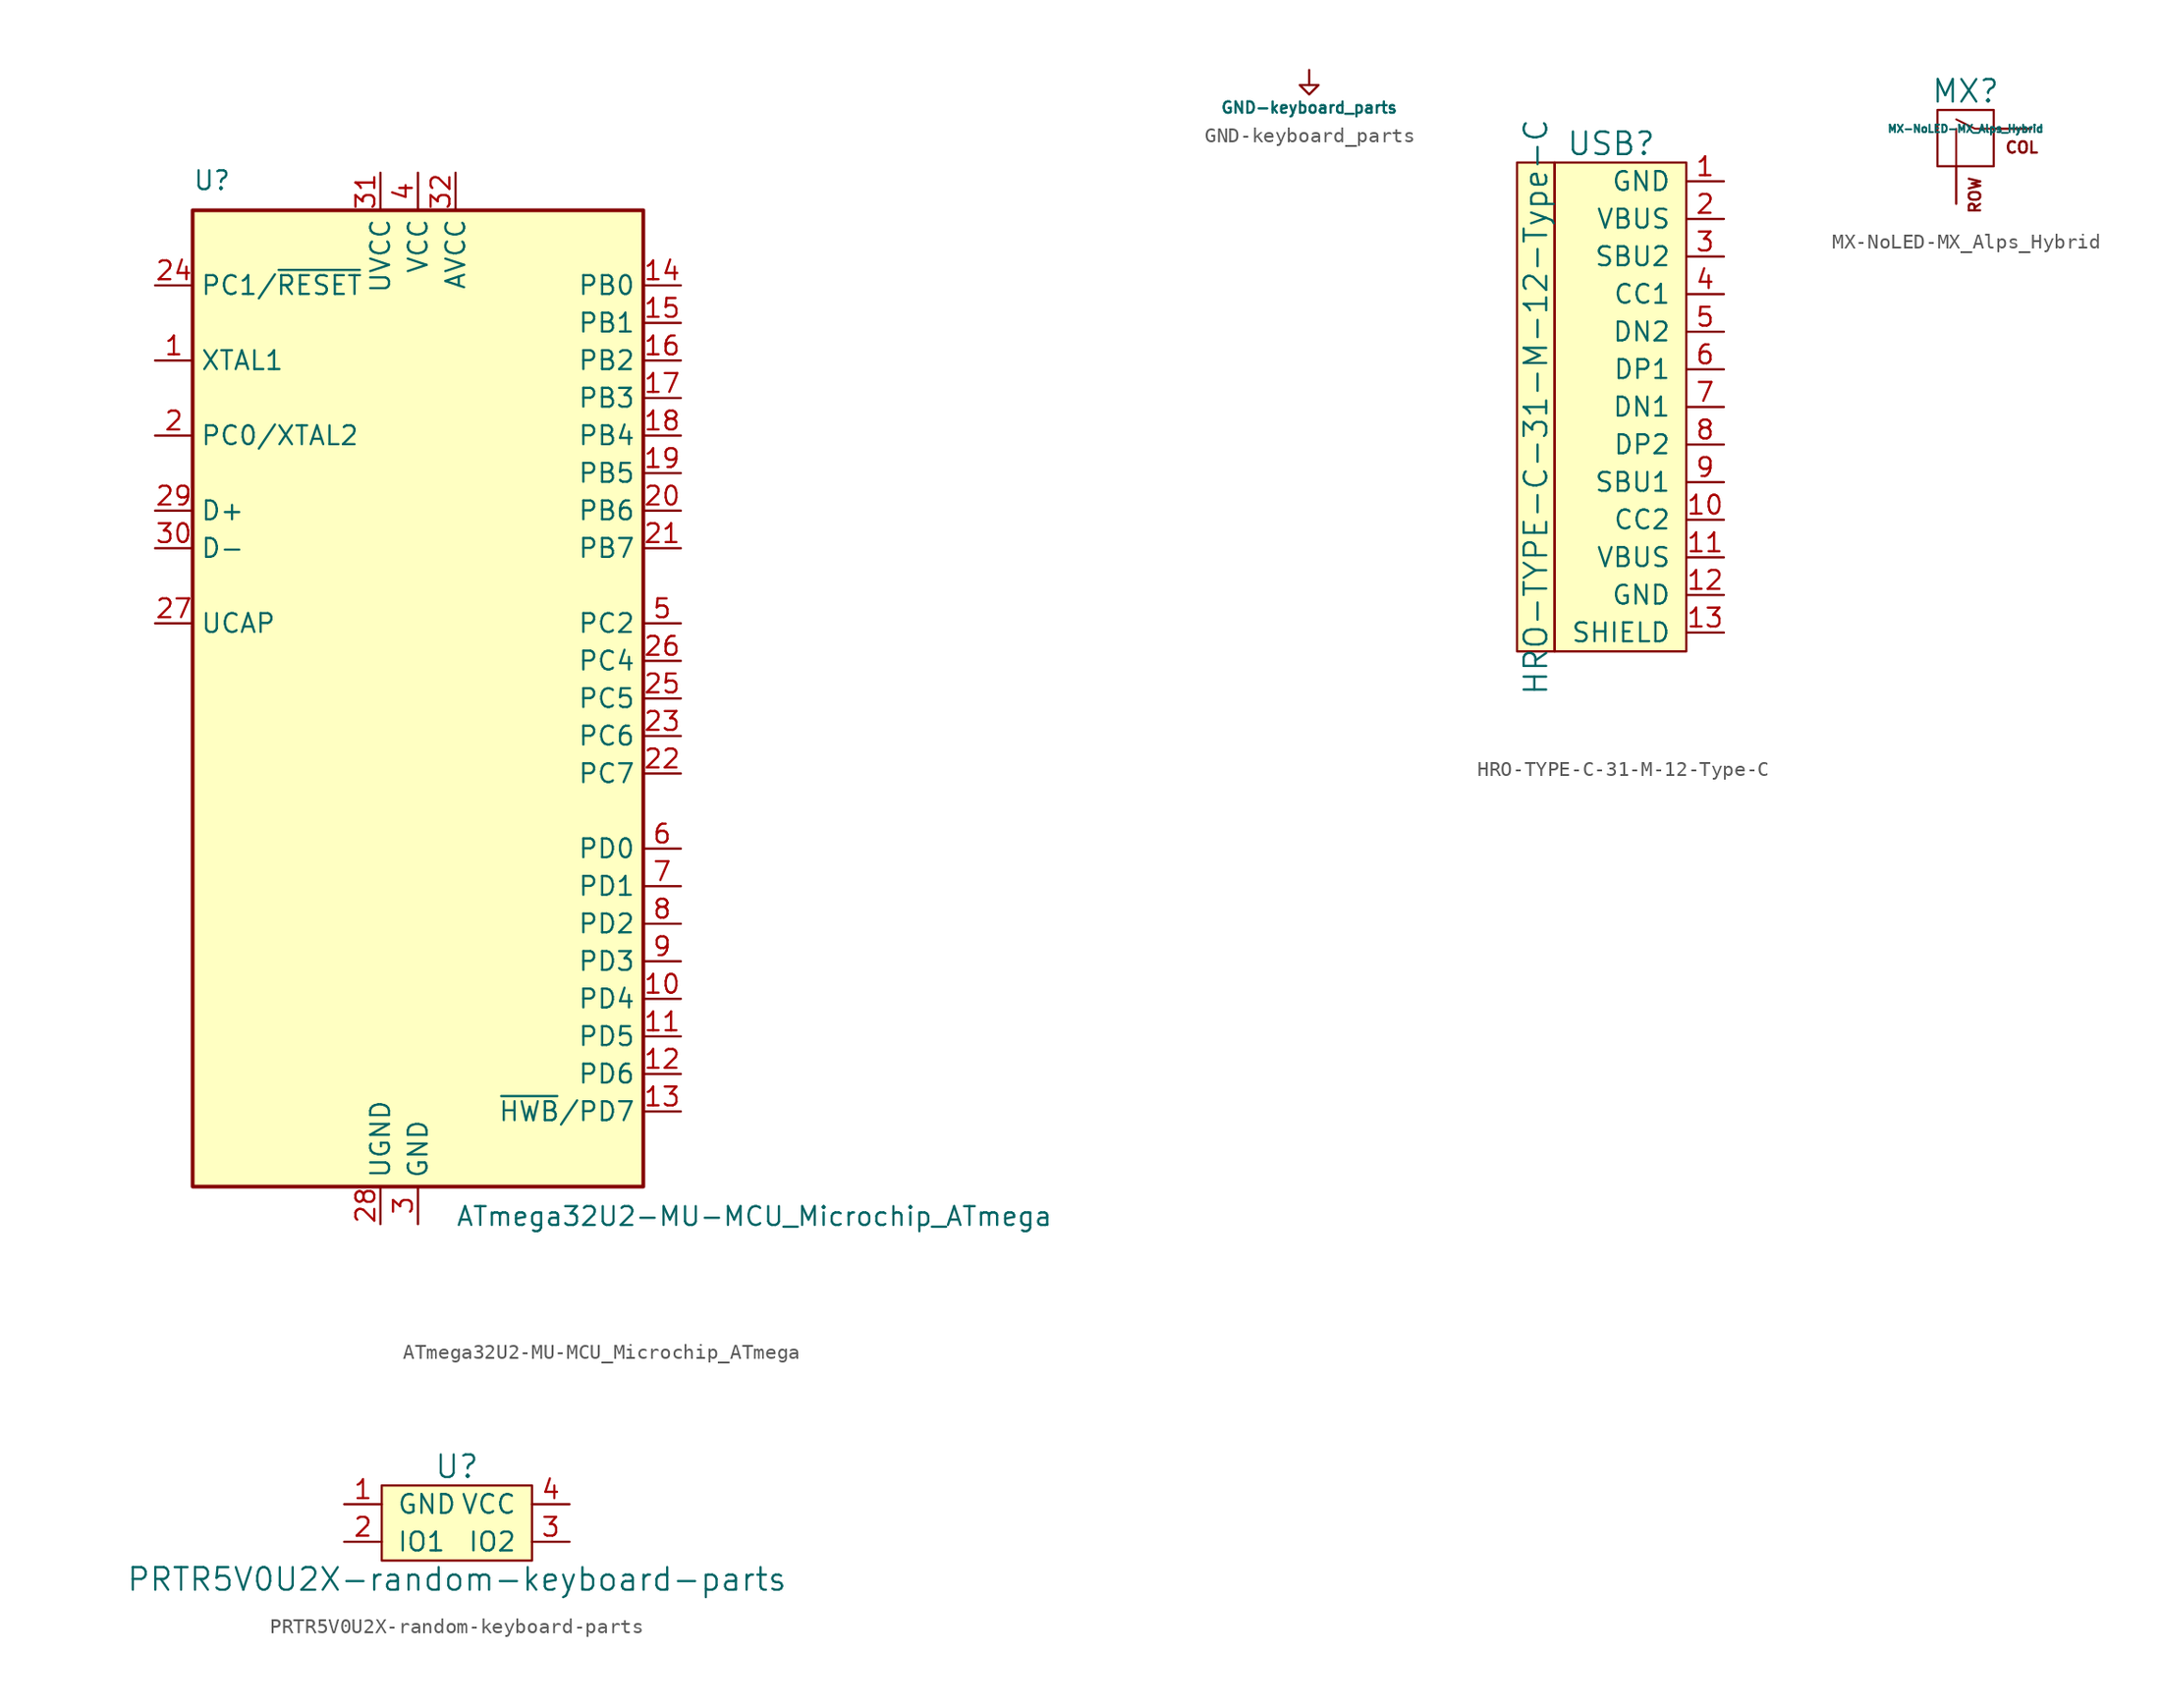
<source format=kicad_sym>
(kicad_symbol_lib
  (version 20211014)
  (generator kicad_symbol_editor)
  (symbol "ATmega32U2-MU-MCU_Microchip_ATmega"
    (property "Reference" "U"
      (at -15.24 34.29 0)
      (effects (font (size 1.27 1.27)) (justify left bottom)))
    (property "Value" "ATmega32U2-MU-MCU_Microchip_ATmega"
      (at 2.54 -34.29 0)
      (effects (font (size 1.27 1.27)) (justify left top)))
    (symbol "ATmega32U2-MU-MCU_Microchip_ATmega_0_1"
      (rectangle (start -15.24 -33.02) (end 15.24 33.02) (stroke (width 0.254) (type default) (color 0 0 0 0)) (fill (type background))))
    (symbol "ATmega32U2-MU-MCU_Microchip_ATmega_1_1"
      (pin input line (at -17.78 22.86 0) (length 2.54) (name "XTAL1" (effects (font (size 1.27 1.27)))) (number "1" (effects (font (size 1.27 1.27)))))
      (pin bidirectional line (at 17.78 -20.32 180) (length 2.54) (name "PD4" (effects (font (size 1.27 1.27)))) (number "10" (effects (font (size 1.27 1.27)))))
      (pin bidirectional line (at 17.78 -22.86 180) (length 2.54) (name "PD5" (effects (font (size 1.27 1.27)))) (number "11" (effects (font (size 1.27 1.27)))))
      (pin bidirectional line (at 17.78 -25.4 180) (length 2.54) (name "PD6" (effects (font (size 1.27 1.27)))) (number "12" (effects (font (size 1.27 1.27)))))
      (pin bidirectional line (at 17.78 -27.94 180) (length 2.54) (name "~{HWB}/PD7" (effects (font (size 1.27 1.27)))) (number "13" (effects (font (size 1.27 1.27)))))
      (pin bidirectional line (at 17.78 27.94 180) (length 2.54) (name "PB0" (effects (font (size 1.27 1.27)))) (number "14" (effects (font (size 1.27 1.27)))))
      (pin bidirectional line (at 17.78 25.4 180) (length 2.54) (name "PB1" (effects (font (size 1.27 1.27)))) (number "15" (effects (font (size 1.27 1.27)))))
      (pin bidirectional line (at 17.78 22.86 180) (length 2.54) (name "PB2" (effects (font (size 1.27 1.27)))) (number "16" (effects (font (size 1.27 1.27)))))
      (pin bidirectional line (at 17.78 20.32 180) (length 2.54) (name "PB3" (effects (font (size 1.27 1.27)))) (number "17" (effects (font (size 1.27 1.27)))))
      (pin bidirectional line (at 17.78 17.78 180) (length 2.54) (name "PB4" (effects (font (size 1.27 1.27)))) (number "18" (effects (font (size 1.27 1.27)))))
      (pin bidirectional line (at 17.78 15.24 180) (length 2.54) (name "PB5" (effects (font (size 1.27 1.27)))) (number "19" (effects (font (size 1.27 1.27)))))
      (pin bidirectional line (at -17.78 17.78 0) (length 2.54) (name "PC0/XTAL2" (effects (font (size 1.27 1.27)))) (number "2" (effects (font (size 1.27 1.27)))))
      (pin bidirectional line (at 17.78 12.7 180) (length 2.54) (name "PB6" (effects (font (size 1.27 1.27)))) (number "20" (effects (font (size 1.27 1.27)))))
      (pin bidirectional line (at 17.78 10.16 180) (length 2.54) (name "PB7" (effects (font (size 1.27 1.27)))) (number "21" (effects (font (size 1.27 1.27)))))
      (pin bidirectional line (at 17.78 -5.08 180) (length 2.54) (name "PC7" (effects (font (size 1.27 1.27)))) (number "22" (effects (font (size 1.27 1.27)))))
      (pin bidirectional line (at 17.78 -2.54 180) (length 2.54) (name "PC6" (effects (font (size 1.27 1.27)))) (number "23" (effects (font (size 1.27 1.27)))))
      (pin bidirectional line (at -17.78 27.94 0) (length 2.54) (name "PC1/~{RESET}" (effects (font (size 1.27 1.27)))) (number "24" (effects (font (size 1.27 1.27)))))
      (pin bidirectional line (at 17.78 0 180) (length 2.54) (name "PC5" (effects (font (size 1.27 1.27)))) (number "25" (effects (font (size 1.27 1.27)))))
      (pin bidirectional line (at 17.78 2.54 180) (length 2.54) (name "PC4" (effects (font (size 1.27 1.27)))) (number "26" (effects (font (size 1.27 1.27)))))
      (pin passive line (at -17.78 5.08 0) (length 2.54) (name "UCAP" (effects (font (size 1.27 1.27)))) (number "27" (effects (font (size 1.27 1.27)))))
      (pin power_in line (at -2.54 -35.56 90) (length 2.54) (name "UGND" (effects (font (size 1.27 1.27)))) (number "28" (effects (font (size 1.27 1.27)))))
      (pin bidirectional line (at -17.78 12.7 0) (length 2.54) (name "D+" (effects (font (size 1.27 1.27)))) (number "29" (effects (font (size 1.27 1.27)))))
      (pin power_in line (at 0 -35.56 90) (length 2.54) (name "GND" (effects (font (size 1.27 1.27)))) (number "3" (effects (font (size 1.27 1.27)))))
      (pin bidirectional line (at -17.78 10.16 0) (length 2.54) (name "D-" (effects (font (size 1.27 1.27)))) (number "30" (effects (font (size 1.27 1.27)))))
      (pin power_in line (at -2.54 35.56 270) (length 2.54) (name "UVCC" (effects (font (size 1.27 1.27)))) (number "31" (effects (font (size 1.27 1.27)))))
      (pin power_in line (at 2.54 35.56 270) (length 2.54) (name "AVCC" (effects (font (size 1.27 1.27)))) (number "32" (effects (font (size 1.27 1.27)))))
      (pin passive line (at 0 -35.56 90) (length 2.54) hide (name "GND" (effects (font (size 1.27 1.27)))) (number "33" (effects (font (size 1.27 1.27)))))
      (pin power_in line (at 0 35.56 270) (length 2.54) (name "VCC" (effects (font (size 1.27 1.27)))) (number "4" (effects (font (size 1.27 1.27)))))
      (pin bidirectional line (at 17.78 5.08 180) (length 2.54) (name "PC2" (effects (font (size 1.27 1.27)))) (number "5" (effects (font (size 1.27 1.27)))))
      (pin bidirectional line (at 17.78 -10.16 180) (length 2.54) (name "PD0" (effects (font (size 1.27 1.27)))) (number "6" (effects (font (size 1.27 1.27)))))
      (pin bidirectional line (at 17.78 -12.7 180) (length 2.54) (name "PD1" (effects (font (size 1.27 1.27)))) (number "7" (effects (font (size 1.27 1.27)))))
      (pin bidirectional line (at 17.78 -15.24 180) (length 2.54) (name "PD2" (effects (font (size 1.27 1.27)))) (number "8" (effects (font (size 1.27 1.27)))))
      (pin bidirectional line (at 17.78 -17.78 180) (length 2.54) (name "PD3" (effects (font (size 1.27 1.27)))) (number "9" (effects (font (size 1.27 1.27)))))))
  (symbol "GND-keyboard_parts"
    (power)
    (pin_names
      (offset 0))
    (property "Reference" "#PWR"
      (at 0 1.27 0)
      (effects (font (size 0.508 0.508)) hide))
    (property "Value" "GND-keyboard_parts"
      (at 0 -2.54 0)
      (effects (font (size 0.762 0.762))))
    (property "Footprint" ""
      (at 0 0 0)
      (effects (font (size 1.524 1.524))))
    (property "Datasheet" ""
      (at 0 0 0)
      (effects (font (size 1.524 1.524))))
    (symbol "GND-keyboard_parts_0_0"
      (pin power_in line (at 0 0 90) (length 0) hide (name "+5V" (effects (font (size 0.508 0.508)))) (number "1" (effects (font (size 0.254 0.254))))))
    (symbol "GND-keyboard_parts_0_1"
      (polyline (pts (xy 0 -1.651) (xy 0.635 -1.016) (xy -0.635 -1.016) (xy 0 -1.651)) (stroke (width 0) (type default) (color 0 0 0 0)) (fill (type none))))
    (symbol "GND-keyboard_parts_1_1"
      (polyline (pts (xy 0 0) (xy 0 -1.016) (xy 0 -1.016)) (stroke (width 0) (type default) (color 0 0 0 0)) (fill (type none)))))
  (symbol "HRO-TYPE-C-31-M-12-Type-C"
    (pin_names
      (offset 1.016))
    (property "Reference" "USB"
      (at -5.08 16.51 0)
      (effects (font (size 1.524 1.524))))
    (property "Value" "HRO-TYPE-C-31-M-12-Type-C"
      (at -10.16 -1.27 90)
      (effects (font (size 1.524 1.524))))
    (symbol "HRO-TYPE-C-31-M-12-Type-C_0_1"
      (rectangle (start -11.43 15.24) (end -8.89 -17.78) (stroke (width 0) (type default) (color 0 0 0 0)) (fill (type background)))
      (rectangle (start 0 -17.78) (end -8.89 15.24) (stroke (width 0) (type default) (color 0 0 0 0)) (fill (type background))))
    (symbol "HRO-TYPE-C-31-M-12-Type-C_1_1"
      (pin input line (at 2.54 13.97 180) (length 2.54) (name "GND" (effects (font (size 1.27 1.27)))) (number "1" (effects (font (size 1.27 1.27)))))
      (pin input line (at 2.54 -8.89 180) (length 2.54) (name "CC2" (effects (font (size 1.27 1.27)))) (number "10" (effects (font (size 1.27 1.27)))))
      (pin input line (at 2.54 -11.43 180) (length 2.54) (name "VBUS" (effects (font (size 1.27 1.27)))) (number "11" (effects (font (size 1.27 1.27)))))
      (pin input line (at 2.54 -13.97 180) (length 2.54) (name "GND" (effects (font (size 1.27 1.27)))) (number "12" (effects (font (size 1.27 1.27)))))
      (pin input line (at 2.54 -16.51 180) (length 2.54) (name "SHIELD" (effects (font (size 1.27 1.27)))) (number "13" (effects (font (size 1.27 1.27)))))
      (pin input line (at 2.54 11.43 180) (length 2.54) (name "VBUS" (effects (font (size 1.27 1.27)))) (number "2" (effects (font (size 1.27 1.27)))))
      (pin input line (at 2.54 8.89 180) (length 2.54) (name "SBU2" (effects (font (size 1.27 1.27)))) (number "3" (effects (font (size 1.27 1.27)))))
      (pin input line (at 2.54 6.35 180) (length 2.54) (name "CC1" (effects (font (size 1.27 1.27)))) (number "4" (effects (font (size 1.27 1.27)))))
      (pin input line (at 2.54 3.81 180) (length 2.54) (name "DN2" (effects (font (size 1.27 1.27)))) (number "5" (effects (font (size 1.27 1.27)))))
      (pin input line (at 2.54 1.27 180) (length 2.54) (name "DP1" (effects (font (size 1.27 1.27)))) (number "6" (effects (font (size 1.27 1.27)))))
      (pin input line (at 2.54 -1.27 180) (length 2.54) (name "DN1" (effects (font (size 1.27 1.27)))) (number "7" (effects (font (size 1.27 1.27)))))
      (pin input line (at 2.54 -3.81 180) (length 2.54) (name "DP2" (effects (font (size 1.27 1.27)))) (number "8" (effects (font (size 1.27 1.27)))))
      (pin input line (at 2.54 -6.35 180) (length 2.54) (name "SBU1" (effects (font (size 1.27 1.27)))) (number "9" (effects (font (size 1.27 1.27)))))))
  (symbol "MX-NoLED-MX_Alps_Hybrid"
    (pin_names
      (offset 1.016))
    (property "Reference" "MX"
      (at -0.635 3.81 0)
      (effects (font (size 1.524 1.524))))
    (property "Value" "MX-NoLED-MX_Alps_Hybrid"
      (at -0.635 1.27 0)
      (effects (font (size 0.508 0.508))))
    (symbol "MX-NoLED-MX_Alps_Hybrid_0_0"
      (rectangle (start -2.54 2.54) (end 1.27 -1.27) (stroke (width 0) (type default) (color 0 0 0 0)) (fill (type none)))
      (polyline (pts (xy -1.27 -1.27) (xy -1.27 1.27)) (stroke (width 0.127) (type default) (color 0 0 0 0)) (fill (type none)))
      (polyline (pts (xy 1.27 1.27) (xy 0 1.27) (xy -1.27 1.905)) (stroke (width 0.127) (type default) (color 0 0 0 0)) (fill (type none)))
      (text "COL" (at 3.175 0 0) (effects (font (size 0.762 0.762))))
      (text "ROW" (at 0 -1.905 900) (effects (font (size 0.762 0.762)) (justify right))))
    (symbol "MX-NoLED-MX_Alps_Hybrid_1_1"
      (pin passive line (at 3.81 1.27 180) (length 2.54) (name "COL" (effects (font (size 0 0)))) (number "1" (effects (font (size 0 0)))))
      (pin passive line (at -1.27 -3.81 90) (length 2.54) (name "ROW" (effects (font (size 0 0)))) (number "2" (effects (font (size 0 0)))))))
  (symbol "PRTR5V0U2X-random-keyboard-parts"
    (pin_names
      (offset 1.016))
    (property "Reference" "U"
      (at 0 3.81 0)
      (effects (font (size 1.524 1.524))))
    (property "Value" "PRTR5V0U2X-random-keyboard-parts"
      (at 0 -3.81 0)
      (effects (font (size 1.524 1.524))))
    (symbol "PRTR5V0U2X-random-keyboard-parts_0_1"
      (rectangle (start -5.08 2.54) (end 5.08 -2.54) (stroke (width 0) (type default) (color 0 0 0 0)) (fill (type background))))
    (symbol "PRTR5V0U2X-random-keyboard-parts_1_1"
      (pin input line (at -7.62 1.27 0) (length 2.54) (name "GND" (effects (font (size 1.27 1.27)))) (number "1" (effects (font (size 1.27 1.27)))))
      (pin input line (at -7.62 -1.27 0) (length 2.54) (name "IO1" (effects (font (size 1.27 1.27)))) (number "2" (effects (font (size 1.27 1.27)))))
      (pin input line (at 7.62 -1.27 180) (length 2.54) (name "IO2" (effects (font (size 1.27 1.27)))) (number "3" (effects (font (size 1.27 1.27)))))
      (pin input line (at 7.62 1.27 180) (length 2.54) (name "VCC" (effects (font (size 1.27 1.27)))) (number "4" (effects (font (size 1.27 1.27))))))))
</source>
